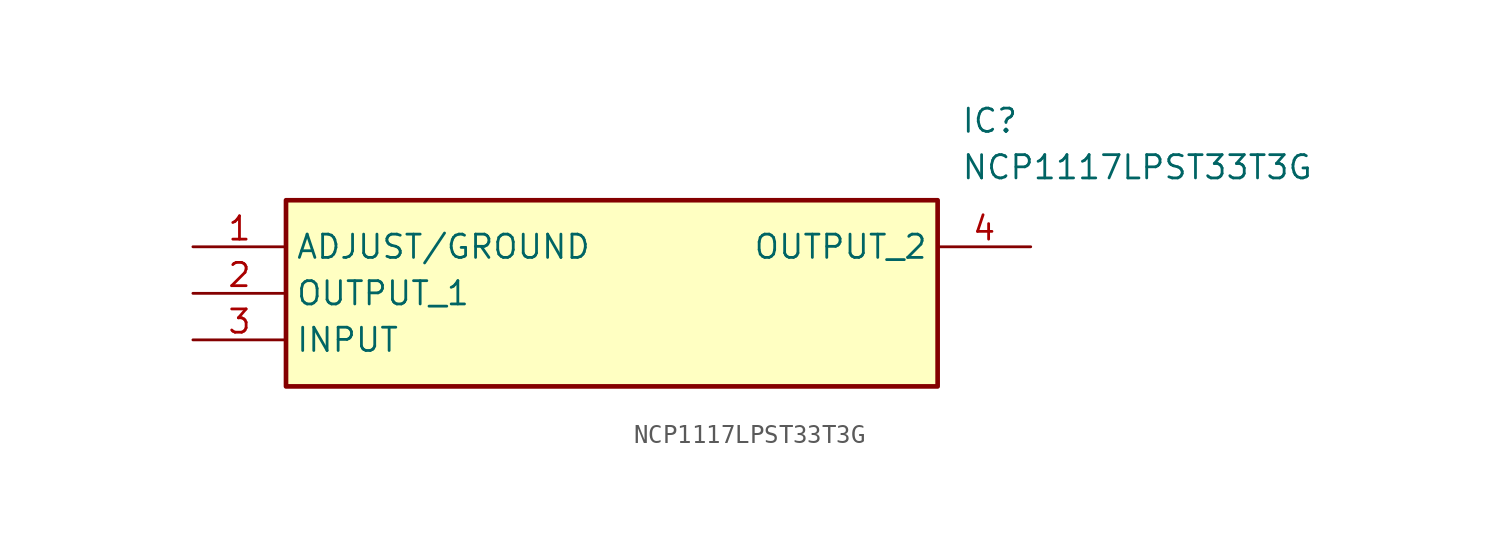
<source format=kicad_sym>
(kicad_symbol_lib
  (version 20211014)
  (generator SamacSys_ECAD_Model)
  (symbol "NCP1117LPST33T3G"
    (property "Reference" "IC"
      (at 41.91 7.62 0)
      (effects (font (size 1.27 1.27)) (justify left top)))
    (property "Value" "NCP1117LPST33T3G"
      (at 41.91 5.08 0)
      (effects (font (size 1.27 1.27)) (justify left top)))
    (rectangle
      (start 5.08 2.54)
      (end 40.64 -7.62)
      (stroke (width 0.254) (type default))
      (fill (type background)))
    (pin passive line
      (at 0 0 0)
      (length 5.08)
      (name "ADJUST/GROUND" (effects (font (size 1.27 1.27))))
      (number "1" (effects (font (size 1.27 1.27)))))
    (pin passive line
      (at 0 -2.54 0)
      (length 5.08)
      (name "OUTPUT_1" (effects (font (size 1.27 1.27))))
      (number "2" (effects (font (size 1.27 1.27)))))
    (pin passive line
      (at 0 -5.08 0)
      (length 5.08)
      (name "INPUT" (effects (font (size 1.27 1.27))))
      (number "3" (effects (font (size 1.27 1.27)))))
    (pin passive line
      (at 45.72 0 180)
      (length 5.08)
      (name "OUTPUT_2" (effects (font (size 1.27 1.27))))
      (number "4" (effects (font (size 1.27 1.27)))))))
</source>
